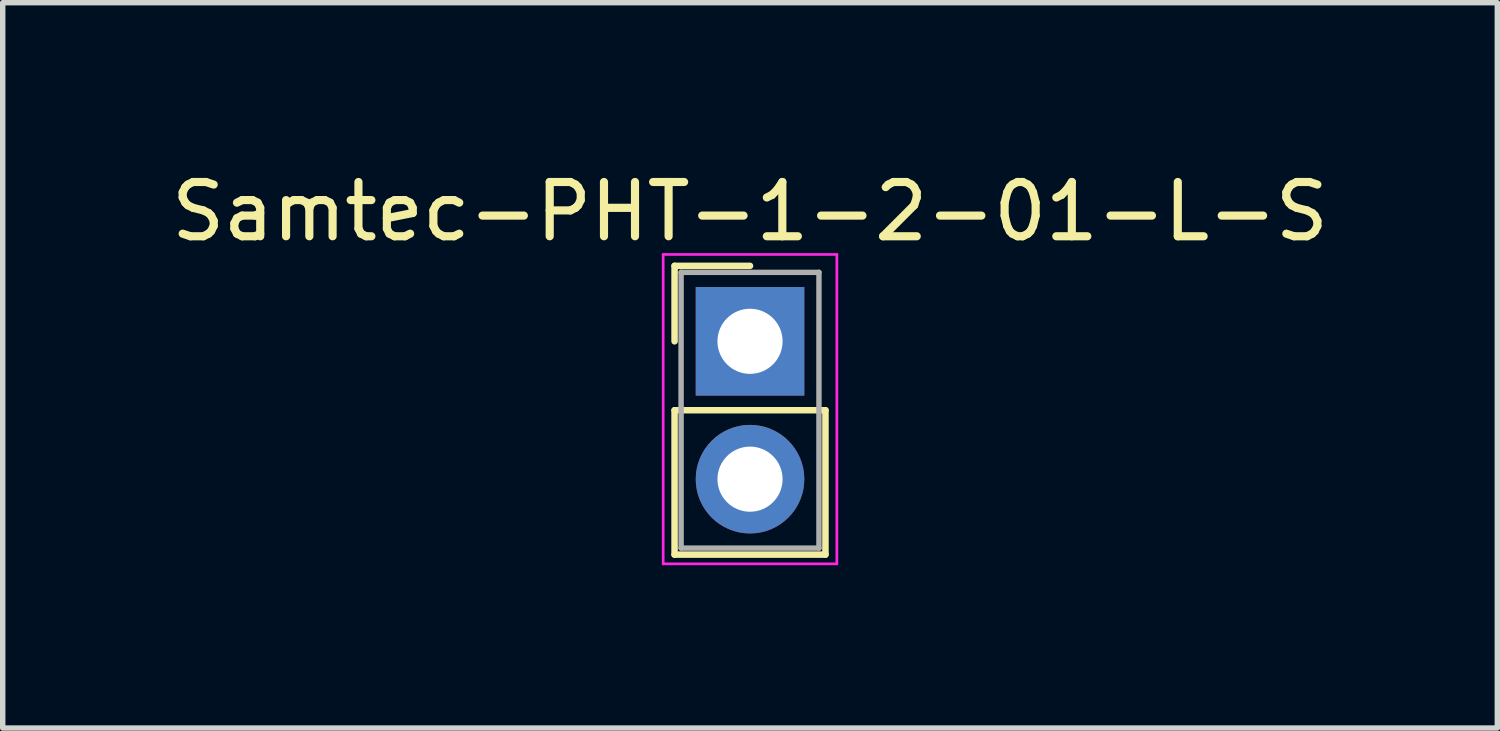
<source format=kicad_pcb>
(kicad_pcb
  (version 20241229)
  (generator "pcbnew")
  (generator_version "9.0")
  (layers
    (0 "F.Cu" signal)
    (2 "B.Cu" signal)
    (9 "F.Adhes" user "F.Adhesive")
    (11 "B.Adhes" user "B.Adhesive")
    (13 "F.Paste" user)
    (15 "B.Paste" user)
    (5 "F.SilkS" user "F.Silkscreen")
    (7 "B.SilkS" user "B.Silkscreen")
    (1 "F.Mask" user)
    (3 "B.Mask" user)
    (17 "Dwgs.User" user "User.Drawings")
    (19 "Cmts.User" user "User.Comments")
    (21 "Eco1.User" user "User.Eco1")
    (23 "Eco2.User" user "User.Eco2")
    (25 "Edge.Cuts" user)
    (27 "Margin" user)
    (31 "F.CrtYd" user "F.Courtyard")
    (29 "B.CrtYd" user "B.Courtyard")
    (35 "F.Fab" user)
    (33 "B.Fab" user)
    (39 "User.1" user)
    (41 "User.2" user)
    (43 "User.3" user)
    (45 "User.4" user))
  (footprint "Samtec-PHT-1-2-01-L-S"
    (layer "F.Cu")
    (at 10.768 3.238)
    (property "Reference" "Samtec-PHT-1-2-01-L-S" (at 0 -2.39 0) (layer "F.SilkS") (effects (font (size 1 1) (thickness 0.15))))
    (attr through_hole)
    (fp_line (start -1.39 -1.39) (end 0 -1.39) (stroke (width 0.12) (type solid)) (layer "F.SilkS"))
    (fp_line (start -1.39 0) (end -1.39 -1.39) (stroke (width 0.12) (type solid)) (layer "F.SilkS"))
    (fp_line (start -1.39 1.27) (end -1.39 3.93) (stroke (width 0.12) (type solid)) (layer "F.SilkS"))
    (fp_line (start -1.39 3.93) (end 1.39 3.93) (stroke (width 0.12) (type solid)) (layer "F.SilkS"))
    (fp_line (start 1.39 1.27) (end -1.39 1.27) (stroke (width 0.12) (type solid)) (layer "F.SilkS"))
    (fp_line (start 1.39 3.93) (end 1.39 1.27) (stroke (width 0.12) (type solid)) (layer "F.SilkS"))
    (fp_line (start -1.6 -1.6) (end -1.6 4.1) (stroke (width 0.05) (type solid)) (layer "F.CrtYd"))
    (fp_line (start -1.6 4.1) (end 1.6 4.1) (stroke (width 0.05) (type solid)) (layer "F.CrtYd"))
    (fp_line (start 1.6 -1.6) (end -1.6 -1.6) (stroke (width 0.05) (type solid)) (layer "F.CrtYd"))
    (fp_line (start 1.6 4.1) (end 1.6 -1.6) (stroke (width 0.05) (type solid)) (layer "F.CrtYd"))
    (fp_line (start -1.27 -1.27) (end -1.27 3.81) (stroke (width 0.1) (type solid)) (layer "F.Fab"))
    (fp_line (start -1.27 3.81) (end 1.27 3.81) (stroke (width 0.1) (type solid)) (layer "F.Fab"))
    (fp_line (start 1.27 -1.27) (end -1.27 -1.27) (stroke (width 0.1) (type solid)) (layer "F.Fab"))
    (fp_line (start 1.27 3.81) (end 1.27 -1.27) (stroke (width 0.1) (type solid)) (layer "F.Fab"))
    (pad "1" thru_hole rect (at 0 0) (size 2 2) (drill 1.2) (layers "*.Cu" "*.Mask"))
    (pad "2" thru_hole oval (at 0 2.54) (size 2 2) (drill 1.2) (layers "*.Cu" "*.Mask")))
  (gr_rect
    (start -3 -3)
    (end 24.536 10.363)
    (stroke (width 0.1) (type default))
    (fill no)
    (layer "Edge.Cuts")))
</source>
